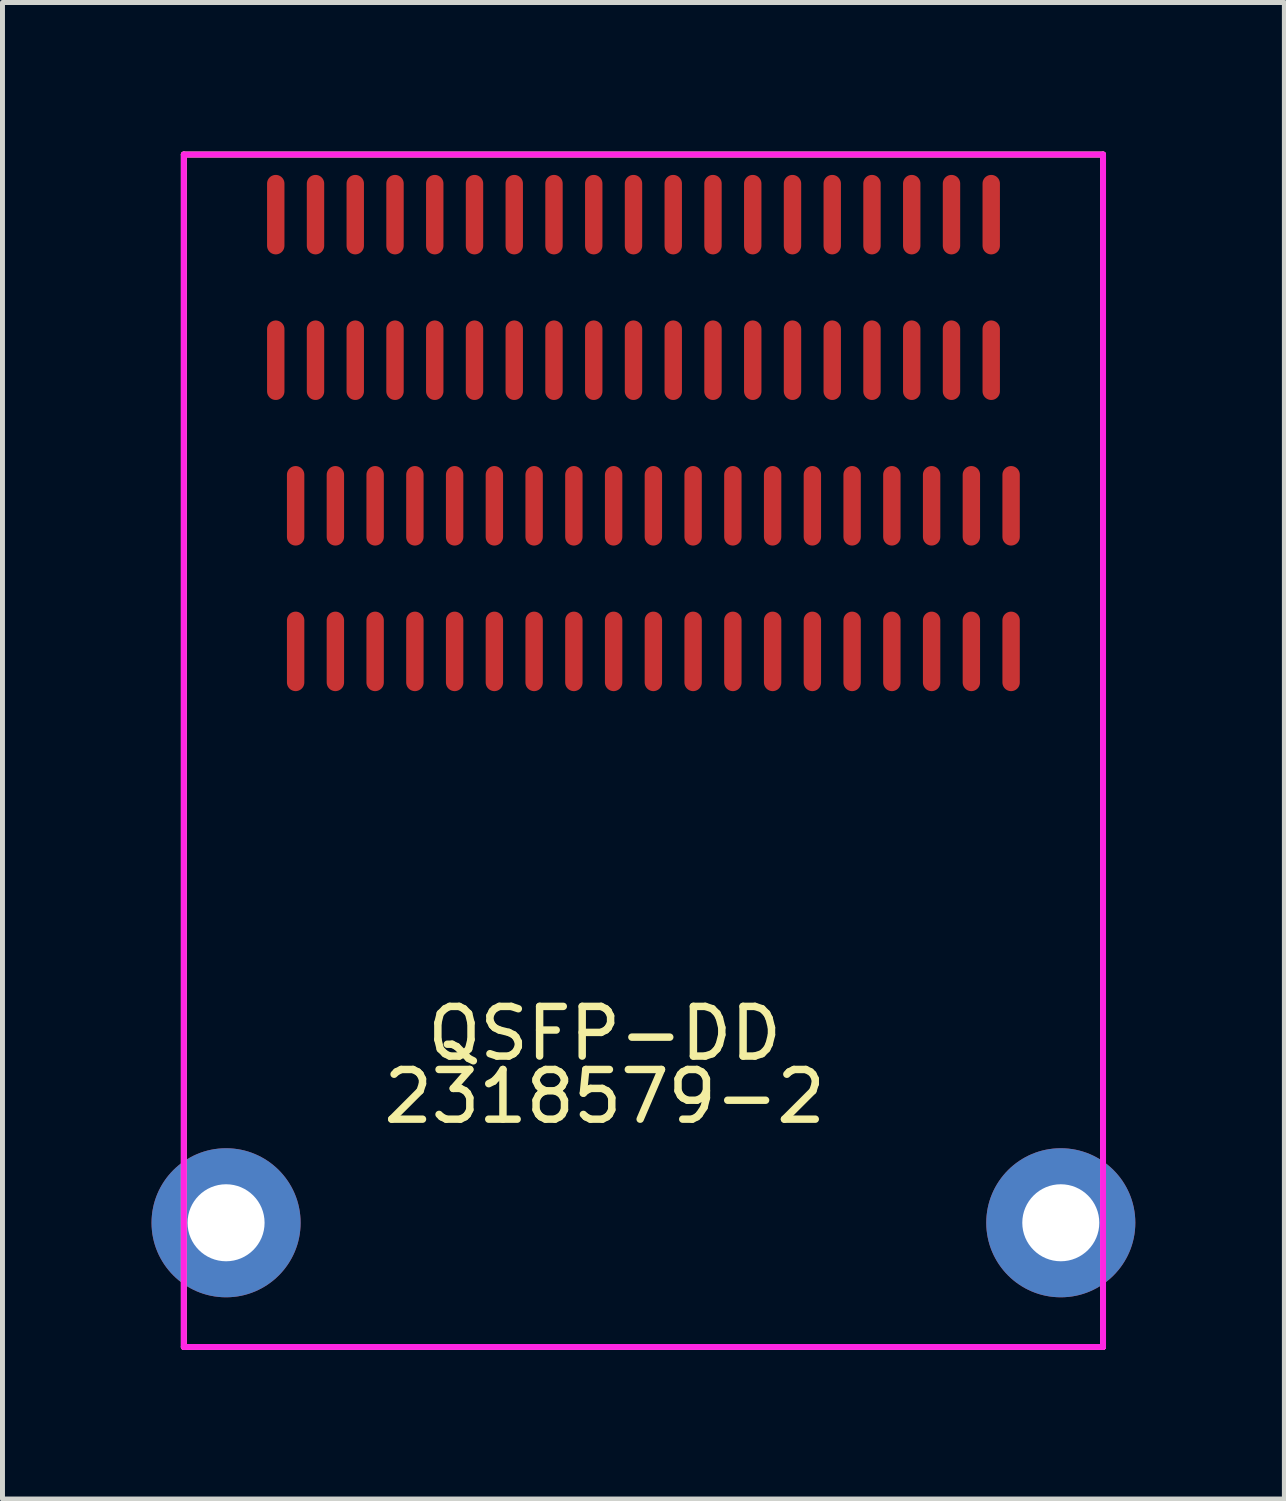
<source format=kicad_pcb>
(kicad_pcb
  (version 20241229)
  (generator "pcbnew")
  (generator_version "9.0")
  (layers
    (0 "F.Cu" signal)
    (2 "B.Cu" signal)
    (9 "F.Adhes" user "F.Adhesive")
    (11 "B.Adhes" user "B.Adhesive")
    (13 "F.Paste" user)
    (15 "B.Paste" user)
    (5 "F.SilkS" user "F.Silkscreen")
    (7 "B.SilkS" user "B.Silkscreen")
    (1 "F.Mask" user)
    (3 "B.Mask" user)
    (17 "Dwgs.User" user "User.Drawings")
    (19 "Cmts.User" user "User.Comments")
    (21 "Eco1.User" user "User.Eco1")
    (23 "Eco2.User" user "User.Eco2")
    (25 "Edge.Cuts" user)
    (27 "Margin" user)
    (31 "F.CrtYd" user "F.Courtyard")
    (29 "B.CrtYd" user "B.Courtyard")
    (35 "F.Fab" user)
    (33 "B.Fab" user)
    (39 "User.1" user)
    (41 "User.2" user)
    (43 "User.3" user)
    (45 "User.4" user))
  (footprint "QSFP-DD"
    (layer "F.Cu")
    (at 1.5 21.56)
    (property "Reference" "QSFP-DD" (at 7.62 -3.81 0) (layer "F.SilkS") (effects (font (size 1 1) (thickness 0.15))))
    (attr smd)
    (fp_line (start -0.85 -21.5) (end -0.85 2.5) (stroke (width 0.12) (type solid)) (layer "F.SilkS"))
    (fp_line (start -0.85 -21.5) (end 17.65 -21.5) (stroke (width 0.12) (type solid)) (layer "F.SilkS"))
    (fp_line (start -0.85 2.5) (end 17.65 2.5) (stroke (width 0.12) (type solid)) (layer "F.SilkS"))
    (fp_line (start 17.65 -21.5) (end 17.65 2.5) (stroke (width 0.12) (type solid)) (layer "F.SilkS"))
    (fp_line (start -0.85 -21.5) (end -0.85 2.5) (stroke (width 0.12) (type solid)) (layer "F.CrtYd"))
    (fp_line (start -0.85 -21.5) (end 17.65 -21.5) (stroke (width 0.12) (type solid)) (layer "F.CrtYd"))
    (fp_line (start -0.85 2.5) (end 17.65 2.5) (stroke (width 0.12) (type solid)) (layer "F.CrtYd"))
    (fp_line (start 17.65 -21.5) (end 17.65 2.5) (stroke (width 0.12) (type solid)) (layer "F.CrtYd"))
    (fp_text user "2318579-2" (at 7.62 -2.54 0) (layer "F.SilkS") (effects (font (size 1 1) (thickness 0.15))))
    (pad "" thru_hole circle (at 0 0) (size 3 3) (drill 1.55) (layers "*.Cu" "*.Mask"))
    (pad "" thru_hole circle (at 16.8 0) (size 3 3) (drill 1.55) (layers "*.Cu" "*.Mask"))
    (pad "1" smd oval (at 1.4 -11.5) (size 0.35 1.6) (layers "F.Cu" "F.Mask" "F.Paste"))
    (pad "2" smd oval (at 2.2 -11.5) (size 0.35 1.6) (layers "F.Cu" "F.Mask" "F.Paste"))
    (pad "3" smd oval (at 3 -11.5) (size 0.35 1.6) (layers "F.Cu" "F.Mask" "F.Paste"))
    (pad "4" smd oval (at 3.8 -11.5) (size 0.35 1.6) (layers "F.Cu" "F.Mask" "F.Paste"))
    (pad "5" smd oval (at 4.6 -11.5) (size 0.35 1.6) (layers "F.Cu" "F.Mask" "F.Paste"))
    (pad "6" smd oval (at 5.4 -11.5) (size 0.35 1.6) (layers "F.Cu" "F.Mask" "F.Paste"))
    (pad "7" smd oval (at 6.2 -11.5) (size 0.35 1.6) (layers "F.Cu" "F.Mask" "F.Paste"))
    (pad "8" smd oval (at 7 -11.5) (size 0.35 1.6) (layers "F.Cu" "F.Mask" "F.Paste"))
    (pad "9" smd oval (at 7.8 -11.5) (size 0.35 1.6) (layers "F.Cu" "F.Mask" "F.Paste"))
    (pad "10" smd oval (at 8.6 -11.5) (size 0.35 1.6) (layers "F.Cu" "F.Mask" "F.Paste"))
    (pad "11" smd oval (at 9.4 -11.5) (size 0.35 1.6) (layers "F.Cu" "F.Mask" "F.Paste"))
    (pad "12" smd oval (at 10.2 -11.5) (size 0.35 1.6) (layers "F.Cu" "F.Mask" "F.Paste"))
    (pad "13" smd oval (at 11 -11.5) (size 0.35 1.6) (layers "F.Cu" "F.Mask" "F.Paste"))
    (pad "14" smd oval (at 11.8 -11.5) (size 0.35 1.6) (layers "F.Cu" "F.Mask" "F.Paste"))
    (pad "15" smd oval (at 12.6 -11.5) (size 0.35 1.6) (layers "F.Cu" "F.Mask" "F.Paste"))
    (pad "16" smd oval (at 13.4 -11.5) (size 0.35 1.6) (layers "F.Cu" "F.Mask" "F.Paste"))
    (pad "17" smd oval (at 14.2 -11.5) (size 0.35 1.6) (layers "F.Cu" "F.Mask" "F.Paste"))
    (pad "18" smd oval (at 15 -11.5) (size 0.35 1.6) (layers "F.Cu" "F.Mask" "F.Paste"))
    (pad "19" smd oval (at 15.8 -11.5) (size 0.35 1.6) (layers "F.Cu" "F.Mask" "F.Paste"))
    (pad "20" smd oval (at 15.4 -20.29) (size 0.35 1.6) (layers "F.Cu" "F.Mask" "F.Paste"))
    (pad "21" smd oval (at 14.6 -20.29) (size 0.35 1.6) (layers "F.Cu" "F.Mask" "F.Paste"))
    (pad "22" smd oval (at 13.8 -20.29) (size 0.35 1.6) (layers "F.Cu" "F.Mask" "F.Paste"))
    (pad "23" smd oval (at 13 -20.29) (size 0.35 1.6) (layers "F.Cu" "F.Mask" "F.Paste"))
    (pad "24" smd oval (at 12.2 -20.29) (size 0.35 1.6) (layers "F.Cu" "F.Mask" "F.Paste"))
    (pad "25" smd oval (at 11.4 -20.29) (size 0.35 1.6) (layers "F.Cu" "F.Mask" "F.Paste"))
    (pad "26" smd oval (at 10.6 -20.29) (size 0.35 1.6) (layers "F.Cu" "F.Mask" "F.Paste"))
    (pad "27" smd oval (at 9.8 -20.29) (size 0.35 1.6) (layers "F.Cu" "F.Mask" "F.Paste"))
    (pad "28" smd oval (at 9 -20.29) (size 0.35 1.6) (layers "F.Cu" "F.Mask" "F.Paste"))
    (pad "29" smd oval (at 8.2 -20.29) (size 0.35 1.6) (layers "F.Cu" "F.Mask" "F.Paste"))
    (pad "30" smd oval (at 7.4 -20.29) (size 0.35 1.6) (layers "F.Cu" "F.Mask" "F.Paste"))
    (pad "31" smd oval (at 6.6 -20.29) (size 0.35 1.6) (layers "F.Cu" "F.Mask" "F.Paste"))
    (pad "32" smd oval (at 5.8 -20.29) (size 0.35 1.6) (layers "F.Cu" "F.Mask" "F.Paste"))
    (pad "33" smd oval (at 5 -20.29) (size 0.35 1.6) (layers "F.Cu" "F.Mask" "F.Paste"))
    (pad "34" smd oval (at 4.2 -20.29) (size 0.35 1.6) (layers "F.Cu" "F.Mask" "F.Paste"))
    (pad "35" smd oval (at 3.4 -20.29) (size 0.35 1.6) (layers "F.Cu" "F.Mask" "F.Paste"))
    (pad "36" smd oval (at 2.6 -20.29) (size 0.35 1.6) (layers "F.Cu" "F.Mask" "F.Paste"))
    (pad "37" smd oval (at 1.8 -20.29) (size 0.35 1.6) (layers "F.Cu" "F.Mask" "F.Paste"))
    (pad "38" smd oval (at 1 -20.29) (size 0.35 1.6) (layers "F.Cu" "F.Mask" "F.Paste"))
    (pad "39" smd oval (at 1.4 -14.43) (size 0.35 1.6) (layers "F.Cu" "F.Mask" "F.Paste"))
    (pad "40" smd oval (at 2.2 -14.43) (size 0.35 1.6) (layers "F.Cu" "F.Mask" "F.Paste"))
    (pad "41" smd oval (at 3 -14.43) (size 0.35 1.6) (layers "F.Cu" "F.Mask" "F.Paste"))
    (pad "42" smd oval (at 3.8 -14.43) (size 0.35 1.6) (layers "F.Cu" "F.Mask" "F.Paste"))
    (pad "43" smd oval (at 4.6 -14.43) (size 0.35 1.6) (layers "F.Cu" "F.Mask" "F.Paste"))
    (pad "44" smd oval (at 5.4 -14.43) (size 0.35 1.6) (layers "F.Cu" "F.Mask" "F.Paste"))
    (pad "45" smd oval (at 6.2 -14.43) (size 0.35 1.6) (layers "F.Cu" "F.Mask" "F.Paste"))
    (pad "46" smd oval (at 7 -14.43) (size 0.35 1.6) (layers "F.Cu" "F.Mask" "F.Paste"))
    (pad "47" smd oval (at 7.8 -14.43) (size 0.35 1.6) (layers "F.Cu" "F.Mask" "F.Paste"))
    (pad "48" smd oval (at 8.6 -14.43) (size 0.35 1.6) (layers "F.Cu" "F.Mask" "F.Paste"))
    (pad "49" smd oval (at 9.4 -14.43) (size 0.35 1.6) (layers "F.Cu" "F.Mask" "F.Paste"))
    (pad "50" smd oval (at 10.2 -14.43) (size 0.35 1.6) (layers "F.Cu" "F.Mask" "F.Paste"))
    (pad "51" smd oval (at 11 -14.43) (size 0.35 1.6) (layers "F.Cu" "F.Mask" "F.Paste"))
    (pad "52" smd oval (at 11.8 -14.43) (size 0.35 1.6) (layers "F.Cu" "F.Mask" "F.Paste"))
    (pad "53" smd oval (at 12.6 -14.43) (size 0.35 1.6) (layers "F.Cu" "F.Mask" "F.Paste"))
    (pad "54" smd oval (at 13.4 -14.43) (size 0.35 1.6) (layers "F.Cu" "F.Mask" "F.Paste"))
    (pad "55" smd oval (at 14.2 -14.43) (size 0.35 1.6) (layers "F.Cu" "F.Mask" "F.Paste"))
    (pad "56" smd oval (at 15 -14.43) (size 0.35 1.6) (layers "F.Cu" "F.Mask" "F.Paste"))
    (pad "57" smd oval (at 15.8 -14.43) (size 0.35 1.6) (layers "F.Cu" "F.Mask" "F.Paste"))
    (pad "58" smd oval (at 15.4 -17.36) (size 0.35 1.6) (layers "F.Cu" "F.Mask" "F.Paste"))
    (pad "59" smd oval (at 14.6 -17.36) (size 0.35 1.6) (layers "F.Cu" "F.Mask" "F.Paste"))
    (pad "60" smd oval (at 13.8 -17.36) (size 0.35 1.6) (layers "F.Cu" "F.Mask" "F.Paste"))
    (pad "61" smd oval (at 13 -17.36) (size 0.35 1.6) (layers "F.Cu" "F.Mask" "F.Paste"))
    (pad "62" smd oval (at 12.2 -17.36) (size 0.35 1.6) (layers "F.Cu" "F.Mask" "F.Paste"))
    (pad "63" smd oval (at 11.4 -17.36) (size 0.35 1.6) (layers "F.Cu" "F.Mask" "F.Paste"))
    (pad "64" smd oval (at 10.6 -17.36) (size 0.35 1.6) (layers "F.Cu" "F.Mask" "F.Paste"))
    (pad "65" smd oval (at 9.8 -17.36) (size 0.35 1.6) (layers "F.Cu" "F.Mask" "F.Paste"))
    (pad "66" smd oval (at 9 -17.36) (size 0.35 1.6) (layers "F.Cu" "F.Mask" "F.Paste"))
    (pad "67" smd oval (at 8.2 -17.36) (size 0.35 1.6) (layers "F.Cu" "F.Mask" "F.Paste"))
    (pad "68" smd oval (at 7.4 -17.36) (size 0.35 1.6) (layers "F.Cu" "F.Mask" "F.Paste"))
    (pad "69" smd oval (at 6.6 -17.36) (size 0.35 1.6) (layers "F.Cu" "F.Mask" "F.Paste"))
    (pad "70" smd oval (at 5.8 -17.36) (size 0.35 1.6) (layers "F.Cu" "F.Mask" "F.Paste"))
    (pad "71" smd oval (at 5 -17.36) (size 0.35 1.6) (layers "F.Cu" "F.Mask" "F.Paste"))
    (pad "72" smd oval (at 4.2 -17.36) (size 0.35 1.6) (layers "F.Cu" "F.Mask" "F.Paste"))
    (pad "73" smd oval (at 3.4 -17.36) (size 0.35 1.6) (layers "F.Cu" "F.Mask" "F.Paste"))
    (pad "74" smd oval (at 2.6 -17.36) (size 0.35 1.6) (layers "F.Cu" "F.Mask" "F.Paste"))
    (pad "75" smd oval (at 1.8 -17.36) (size 0.35 1.6) (layers "F.Cu" "F.Mask" "F.Paste"))
    (pad "76" smd oval (at 1 -17.36) (size 0.35 1.6) (layers "F.Cu" "F.Mask" "F.Paste")))
  (gr_rect
    (start -3 -3)
    (end 22.8 27.12)
    (stroke (width 0.1) (type default))
    (fill no)
    (layer "Edge.Cuts")))
</source>
